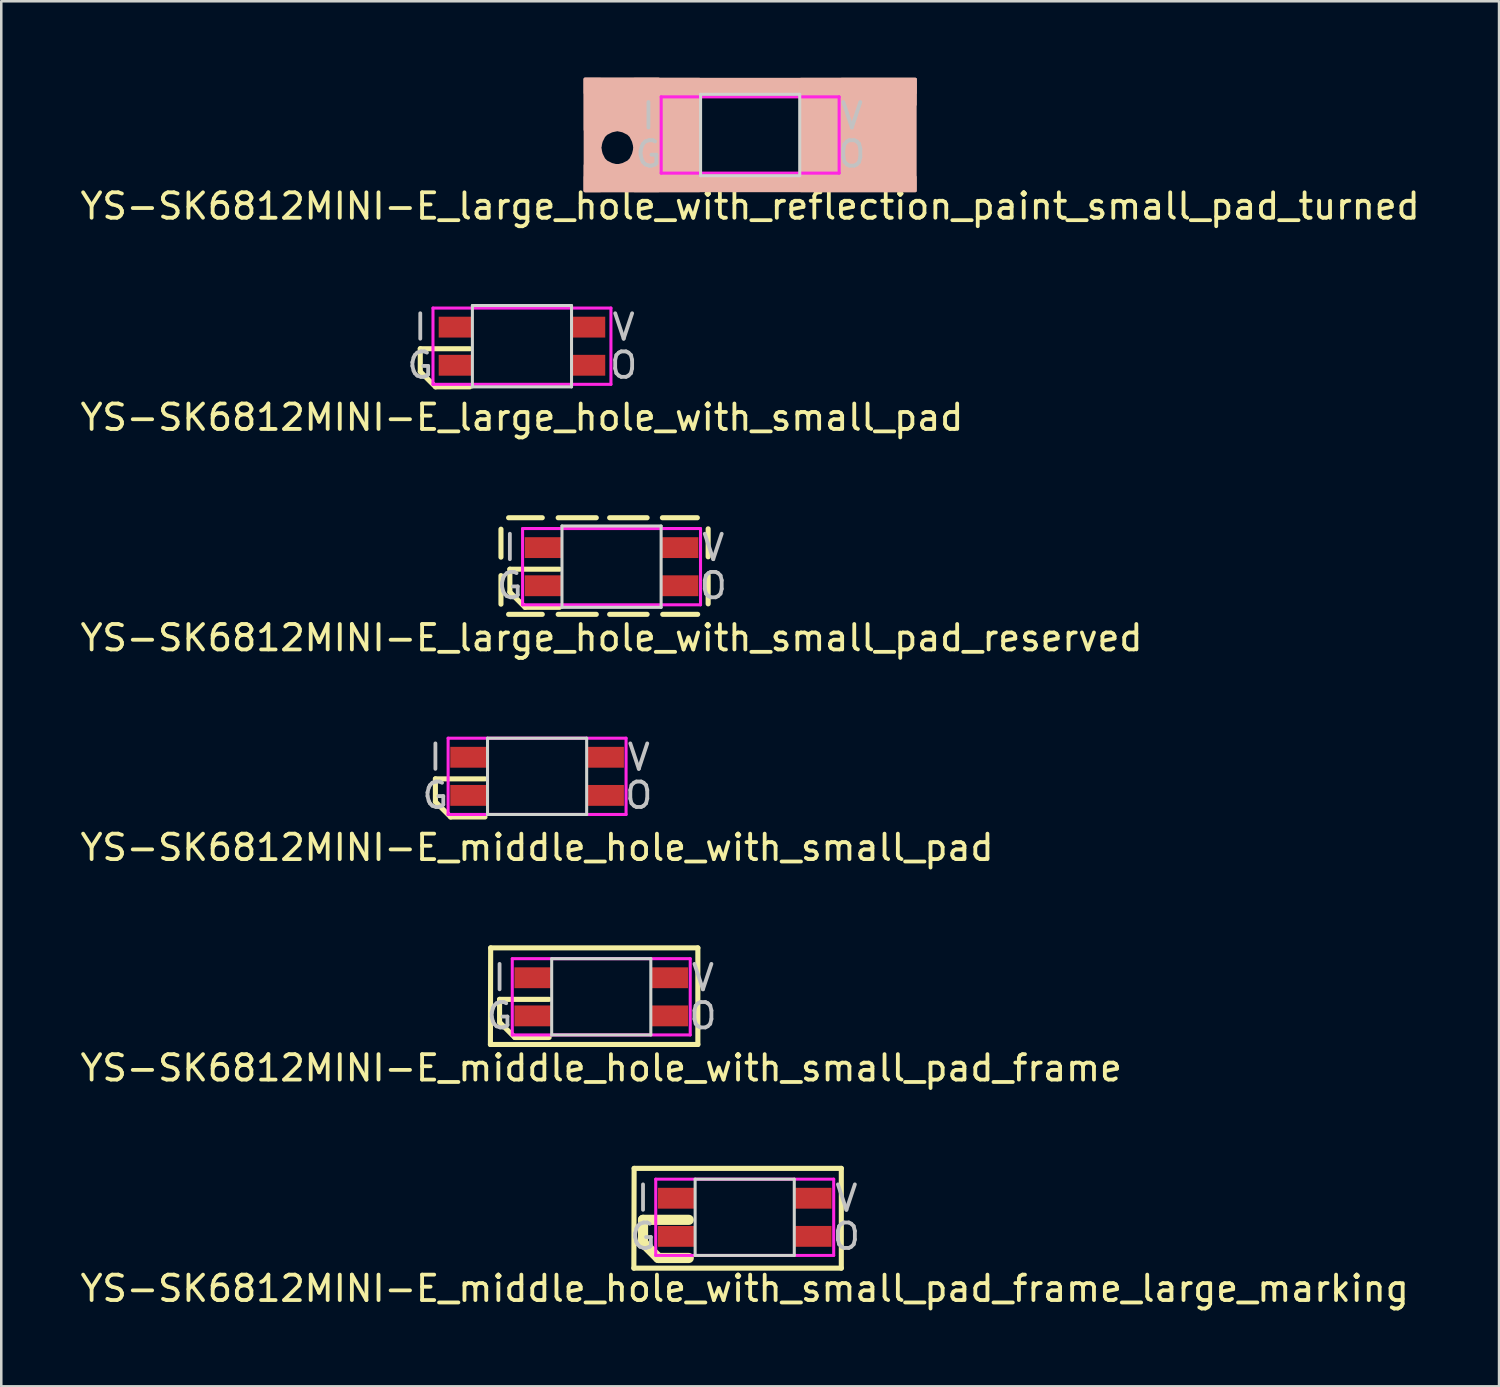
<source format=kicad_pcb>
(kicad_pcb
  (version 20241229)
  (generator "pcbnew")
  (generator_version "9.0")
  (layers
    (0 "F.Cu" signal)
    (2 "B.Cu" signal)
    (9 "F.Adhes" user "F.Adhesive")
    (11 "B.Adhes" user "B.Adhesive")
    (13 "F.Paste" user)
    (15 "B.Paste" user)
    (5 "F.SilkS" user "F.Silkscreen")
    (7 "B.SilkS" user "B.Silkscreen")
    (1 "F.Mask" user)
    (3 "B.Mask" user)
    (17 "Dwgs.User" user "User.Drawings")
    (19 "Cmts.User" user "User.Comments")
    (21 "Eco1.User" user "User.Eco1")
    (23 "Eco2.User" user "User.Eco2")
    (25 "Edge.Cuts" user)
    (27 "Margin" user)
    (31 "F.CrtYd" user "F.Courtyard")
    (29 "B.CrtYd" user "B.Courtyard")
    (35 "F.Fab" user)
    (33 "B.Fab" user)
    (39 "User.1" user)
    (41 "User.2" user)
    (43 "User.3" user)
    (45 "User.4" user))
  (footprint "YS-SK6812MINI-E_middle_hole_with_small_pad_frame"
    (layer "F.Cu")
    (at 20.601 36.161)
    (property "Reference" "YS-SK6812MINI-E_middle_hole_with_small_pad_frame" (at 0 2.8 0) (layer "F.SilkS") (effects (font (size 1 1) (thickness 0.15))))
    (attr through_hole)
    (fp_line (start -4.36 1.875) (end 3.8 1.875) (stroke (width 0.2) (type solid)) (layer "F.SilkS"))
    (fp_line (start -4.35 -1.925) (end -4.36 1.875) (stroke (width 0.2) (type solid)) (layer "F.SilkS"))
    (fp_line (start -4 0.1) (end -4 1) (stroke (width 0.2) (type solid)) (layer "F.SilkS"))
    (fp_line (start -4 1) (end -3.4 1.6) (stroke (width 0.2) (type solid)) (layer "F.SilkS"))
    (fp_line (start -3.4 1.6) (end -2.05 1.6) (stroke (width 0.2) (type solid)) (layer "F.SilkS"))
    (fp_line (start -2.05 0.1) (end -4 0.1) (stroke (width 0.2) (type solid)) (layer "F.SilkS"))
    (fp_line (start 3.8 -1.925) (end -4.35 -1.925) (stroke (width 0.2) (type solid)) (layer "F.SilkS"))
    (fp_line (start 3.8 1.875) (end 3.8 -1.925) (stroke (width 0.2) (type solid)) (layer "F.SilkS"))
    (fp_line (start -1.95 -1.5) (end -1.95 1.5) (stroke (width 0.12) (type solid)) (layer "Edge.Cuts"))
    (fp_line (start -1.95 1.5) (end 1.95 1.5) (stroke (width 0.12) (type solid)) (layer "Edge.Cuts"))
    (fp_line (start 1.95 -1.5) (end -1.95 -1.5) (stroke (width 0.12) (type solid)) (layer "Edge.Cuts"))
    (fp_line (start 1.95 1.5) (end 1.95 -1.5) (stroke (width 0.12) (type solid)) (layer "Edge.Cuts"))
    (fp_line (start -3.5 -1.5) (end -3.5 1.5) (stroke (width 0.12) (type solid)) (layer "F.CrtYd"))
    (fp_line (start -3.5 1.5) (end 3.5 1.5) (stroke (width 0.12) (type solid)) (layer "F.CrtYd"))
    (fp_line (start 3.5 -1.5) (end -3.5 -1.5) (stroke (width 0.12) (type solid)) (layer "F.CrtYd"))
    (fp_line (start 3.5 1.5) (end 3.5 -1.5) (stroke (width 0.12) (type solid)) (layer "F.CrtYd"))
    (fp_text user "I" (at -4 -0.75 0) (layer "Dwgs.User") (effects (font (size 1 1) (thickness 0.15))))
    (fp_text user "G" (at -4 0.75 0) (layer "Dwgs.User") (effects (font (size 1 1) (thickness 0.15))))
    (fp_text user "O" (at 4 0.75 0) (layer "Dwgs.User") (effects (font (size 1 1) (thickness 0.15))))
    (fp_text user "V" (at 4 -0.75 0) (layer "Dwgs.User") (effects (font (size 1 1) (thickness 0.15))))
    (pad "1" smd rect (at 2.7 -0.75) (size 1.431 0.82) (layers "F.Cu" "F.Mask" "F.Paste"))
    (pad "2" smd rect (at 2.7 0.75) (size 1.431 0.82) (layers "F.Cu" "F.Mask" "F.Paste"))
    (pad "3" smd rect (at -2.7 0.75) (size 1.431 0.82) (layers "F.Cu" "F.Mask" "F.Paste"))
    (pad "4" smd rect (at -2.7 -0.75) (size 1.431 0.82) (layers "F.Cu" "F.Mask" "F.Paste")))
  (footprint "YS-SK6812MINI-E_middle_hole_with_small_pad"
    (layer "F.Cu")
    (at 18.077 27.488)
    (property "Reference" "YS-SK6812MINI-E_middle_hole_with_small_pad" (at 0 2.8 0) (layer "F.SilkS") (effects (font (size 1 1) (thickness 0.15))))
    (attr through_hole)
    (fp_line (start -4 0.1) (end -4 1) (stroke (width 0.2) (type solid)) (layer "F.SilkS"))
    (fp_line (start -4 1) (end -3.4 1.6) (stroke (width 0.2) (type solid)) (layer "F.SilkS"))
    (fp_line (start -3.4 1.6) (end -2.05 1.6) (stroke (width 0.2) (type solid)) (layer "F.SilkS"))
    (fp_line (start -2.05 0.1) (end -4 0.1) (stroke (width 0.2) (type solid)) (layer "F.SilkS"))
    (fp_line (start -1.95 -1.5) (end -1.95 1.5) (stroke (width 0.12) (type solid)) (layer "Edge.Cuts"))
    (fp_line (start -1.95 1.5) (end 1.95 1.5) (stroke (width 0.12) (type solid)) (layer "Edge.Cuts"))
    (fp_line (start 1.95 -1.5) (end -1.95 -1.5) (stroke (width 0.12) (type solid)) (layer "Edge.Cuts"))
    (fp_line (start 1.95 1.5) (end 1.95 -1.5) (stroke (width 0.12) (type solid)) (layer "Edge.Cuts"))
    (fp_line (start -3.5 -1.5) (end -3.5 1.5) (stroke (width 0.12) (type solid)) (layer "F.CrtYd"))
    (fp_line (start -3.5 1.5) (end 3.5 1.5) (stroke (width 0.12) (type solid)) (layer "F.CrtYd"))
    (fp_line (start 3.5 -1.5) (end -3.5 -1.5) (stroke (width 0.12) (type solid)) (layer "F.CrtYd"))
    (fp_line (start 3.5 1.5) (end 3.5 -1.5) (stroke (width 0.12) (type solid)) (layer "F.CrtYd"))
    (fp_text user "I" (at -4 -0.75 0) (layer "Dwgs.User") (effects (font (size 1 1) (thickness 0.15))))
    (fp_text user "V" (at 4 -0.75 0) (layer "Dwgs.User") (effects (font (size 1 1) (thickness 0.15))))
    (fp_text user "O" (at 4 0.75 0) (layer "Dwgs.User") (effects (font (size 1 1) (thickness 0.15))))
    (fp_text user "G" (at -4 0.75 0) (layer "Dwgs.User") (effects (font (size 1 1) (thickness 0.15))))
    (pad "1" smd rect (at 2.7 -0.75) (size 1.431 0.82) (layers "F.Cu" "F.Mask" "F.Paste"))
    (pad "2" smd rect (at 2.7 0.75) (size 1.431 0.82) (layers "F.Cu" "F.Mask" "F.Paste"))
    (pad "3" smd rect (at -2.7 0.75) (size 1.431 0.82) (layers "F.Cu" "F.Mask" "F.Paste"))
    (pad "4" smd rect (at -2.7 -0.75) (size 1.431 0.82) (layers "F.Cu" "F.Mask" "F.Paste")))
  (footprint "YS-SK6812MINI-E_large_hole_with_small_pad_reserved"
    (layer "F.Cu")
    (at 21.006 19.241)
    (property "Reference" "YS-SK6812MINI-E_large_hole_with_small_pad_reserved" (at 0 2.8 0) (layer "F.SilkS") (effects (font (size 1 1) (thickness 0.15))))
    (attr through_hole)
    (fp_line (start -4.35 -1.475) (end -4.35 -0.375) (stroke (width 0.2) (type solid)) (layer "F.SilkS"))
    (fp_line (start -4.35 0.35) (end -4.35 1.475) (stroke (width 0.2) (type solid)) (layer "F.SilkS"))
    (fp_line (start -4.05 -1.925) (end -2.725 -1.925) (stroke (width 0.2) (type solid)) (layer "F.SilkS"))
    (fp_line (start -4.05 1.875) (end -2.725 1.875) (stroke (width 0.2) (type solid)) (layer "F.SilkS"))
    (fp_line (start -4 0.1) (end -4 1) (stroke (width 0.2) (type solid)) (layer "F.SilkS"))
    (fp_line (start -4 1) (end -3.4 1.6) (stroke (width 0.2) (type solid)) (layer "F.SilkS"))
    (fp_line (start -3.4 1.6) (end -2.05 1.6) (stroke (width 0.2) (type solid)) (layer "F.SilkS"))
    (fp_line (start -2.05 0.1) (end -4 0.1) (stroke (width 0.2) (type solid)) (layer "F.SilkS"))
    (fp_line (start -0.6 -1.925) (end -2.1 -1.925) (stroke (width 0.2) (type solid)) (layer "F.SilkS"))
    (fp_line (start -0.6 1.875) (end -2.1 1.875) (stroke (width 0.2) (type solid)) (layer "F.SilkS"))
    (fp_line (start 1.4 -1.925) (end -0.075 -1.925) (stroke (width 0.2) (type solid)) (layer "F.SilkS"))
    (fp_line (start 1.4 1.875) (end -0.075 1.875) (stroke (width 0.2) (type solid)) (layer "F.SilkS"))
    (fp_line (start 3.375 -1.925) (end 2 -1.925) (stroke (width 0.2) (type solid)) (layer "F.SilkS"))
    (fp_line (start 3.388 1.875) (end 2.013 1.875) (stroke (width 0.2) (type solid)) (layer "F.SilkS"))
    (fp_line (start 3.8 -1.488) (end 3.8 -0.388) (stroke (width 0.2) (type solid)) (layer "F.SilkS"))
    (fp_line (start 3.8 0.338) (end 3.8 1.462) (stroke (width 0.2) (type solid)) (layer "F.SilkS"))
    (fp_line (start -1.95 -1.6) (end -1.95 1.6) (stroke (width 0.12) (type solid)) (layer "Edge.Cuts"))
    (fp_line (start -1.95 1.6) (end 1.95 1.6) (stroke (width 0.12) (type solid)) (layer "Edge.Cuts"))
    (fp_line (start 1.95 -1.6) (end -1.95 -1.6) (stroke (width 0.12) (type solid)) (layer "Edge.Cuts"))
    (fp_line (start 1.95 1.6) (end 1.95 -1.6) (stroke (width 0.12) (type solid)) (layer "Edge.Cuts"))
    (fp_line (start -3.5 -1.5) (end -3.5 1.5) (stroke (width 0.12) (type solid)) (layer "F.CrtYd"))
    (fp_line (start -3.5 1.5) (end 3.5 1.5) (stroke (width 0.12) (type solid)) (layer "F.CrtYd"))
    (fp_line (start 3.5 -1.5) (end -3.5 -1.5) (stroke (width 0.12) (type solid)) (layer "F.CrtYd"))
    (fp_line (start 3.5 1.5) (end 3.5 -1.5) (stroke (width 0.12) (type solid)) (layer "F.CrtYd"))
    (fp_text user "I" (at -4 -0.75 0) (layer "Dwgs.User") (effects (font (size 1 1) (thickness 0.15))))
    (fp_text user "O" (at 4 0.75 0) (layer "Dwgs.User") (effects (font (size 1 1) (thickness 0.15))))
    (fp_text user "G" (at -4 0.75 0) (layer "Dwgs.User") (effects (font (size 1 1) (thickness 0.15))))
    (fp_text user "V" (at 4 -0.75 0) (layer "Dwgs.User") (effects (font (size 1 1) (thickness 0.15))))
    (pad "1" smd rect (at 2.7 -0.75) (size 1.431 0.82) (layers "F.Cu" "F.Mask" "F.Paste"))
    (pad "2" smd rect (at 2.7 0.75) (size 1.431 0.82) (layers "F.Cu" "F.Mask" "F.Paste"))
    (pad "3" smd rect (at -2.7 0.75) (size 1.431 0.82) (layers "F.Cu" "F.Mask" "F.Paste"))
    (pad "4" smd rect (at -2.7 -0.75) (size 1.431 0.82) (layers "F.Cu" "F.Mask" "F.Paste")))
  (footprint "YS-SK6812MINI-E_large_hole_with_reflection_paint_small_pad_turned"
    (layer "F.Cu")
    (at 26.458 2.26)
    (property "Reference" "YS-SK6812MINI-E_large_hole_with_reflection_paint_small_pad_turned" (at 0 2.8 0) (layer "F.SilkS") (effects (font (size 1 1) (thickness 0.15))))
    (attr through_hole)
    (fp_line (start -4 0.1) (end -4 1) (stroke (width 0.2) (type solid)) (layer "F.SilkS"))
    (fp_line (start -4 0.1) (end -4 1) (stroke (width 0.2) (type solid)) (layer "F.SilkS"))
    (fp_line (start -4 1) (end -3.4 1.6) (stroke (width 0.2) (type solid)) (layer "F.SilkS"))
    (fp_line (start -4 1) (end -3.4 1.6) (stroke (width 0.2) (type solid)) (layer "F.SilkS"))
    (fp_line (start -3.4 1.6) (end -2.05 1.6) (stroke (width 0.2) (type solid)) (layer "F.SilkS"))
    (fp_line (start -2.05 0.1) (end -4 0.1) (stroke (width 0.2) (type solid)) (layer "F.SilkS"))
    (fp_poly (pts (xy -5.9 2.2) (xy -6.5 2.2) (xy -6.5 -2.2) (xy -5.9 -2.2)) (stroke (width 0.1) (type solid)) (fill yes) (layer "B.SilkS"))
    (fp_poly (pts (xy -3.6 -0.2) (xy -6.5 -0.2) (xy -6.5 -2.21) (xy -3.6 -2.21)) (stroke (width 0.1) (type solid)) (fill yes) (layer "B.SilkS"))
    (fp_poly (pts (xy -3.6 2.2) (xy -6.5 2.2) (xy -6.5 1.19) (xy -3.6 1.19)) (stroke (width 0.1) (type solid)) (fill yes) (layer "B.SilkS"))
    (fp_poly (pts (xy -2 2.2) (xy -4.55 2.2) (xy -4.55 -2.2) (xy -2 -2.2)) (stroke (width 0.1) (type solid)) (fill yes) (layer "B.SilkS"))
    (fp_poly (pts (xy 6.5 -1.65) (xy -6.5 -1.65) (xy -6.5 -2.2) (xy 6.5 -2.2)) (stroke (width 0.1) (type solid)) (fill yes) (layer "B.SilkS"))
    (fp_poly (pts (xy 6.5 -1.19) (xy 3.6 -1.19) (xy 3.6 -2.2) (xy 6.5 -2.2)) (stroke (width 0.1) (type solid)) (fill yes) (layer "B.SilkS"))
    (fp_poly (pts (xy 6.5 2.2) (xy -6.5 2.2) (xy -6.5 1.65) (xy 6.5 1.65)) (stroke (width 0.1) (type solid)) (fill yes) (layer "B.SilkS"))
    (fp_poly (pts (xy 6.5 2.2) (xy 2 2.2) (xy 2 -2.2) (xy 6.5 -2.2)) (stroke (width 0.1) (type solid)) (fill yes) (layer "B.SilkS"))
    (fp_poly (pts (xy -5.85 0.75) (xy -5.75 0.95) (xy -5.65 1.05) (xy -5.45 1.15) (xy -5.25 1.2) (xy -5.9 1.2) (xy -5.9 0.55)) (stroke (width 0.1) (type solid)) (fill yes) (layer "B.SilkS"))
    (fp_poly (pts (xy -5.45 -0.15) (xy -5.65 -0.05) (xy -5.75 0.05) (xy -5.85 0.25) (xy -5.9 0.45) (xy -5.9 -0.2) (xy -5.25 -0.2)) (stroke (width 0.1) (type solid)) (fill yes) (layer "B.SilkS"))
    (fp_poly (pts (xy -5 1.15) (xy -4.8 1.05) (xy -4.7 0.95) (xy -4.6 0.75) (xy -4.55 0.55) (xy -4.55 1.2) (xy -5.2 1.2)) (stroke (width 0.1) (type solid)) (fill yes) (layer "B.SilkS"))
    (fp_poly (pts (xy -4.6 0.25) (xy -4.7 0.05) (xy -4.8 -0.05) (xy -5 -0.15) (xy -5.2 -0.2) (xy -4.55 -0.2) (xy -4.55 0.45)) (stroke (width 0.1) (type solid)) (fill yes) (layer "B.SilkS"))
    (fp_line (start -1.95 -1.6) (end -1.95 1.6) (stroke (width 0.12) (type solid)) (layer "Edge.Cuts"))
    (fp_line (start -1.95 1.6) (end 1.95 1.6) (stroke (width 0.12) (type solid)) (layer "Edge.Cuts"))
    (fp_line (start 1.95 -1.6) (end -1.95 -1.6) (stroke (width 0.12) (type solid)) (layer "Edge.Cuts"))
    (fp_line (start 1.95 1.6) (end 1.95 -1.6) (stroke (width 0.12) (type solid)) (layer "Edge.Cuts"))
    (fp_line (start -3.5 -1.5) (end -3.5 1.5) (stroke (width 0.12) (type solid)) (layer "F.CrtYd"))
    (fp_line (start -3.5 1.5) (end 3.5 1.5) (stroke (width 0.12) (type solid)) (layer "F.CrtYd"))
    (fp_line (start 3.5 -1.5) (end -3.5 -1.5) (stroke (width 0.12) (type solid)) (layer "F.CrtYd"))
    (fp_line (start 3.5 1.5) (end 3.5 -1.5) (stroke (width 0.12) (type solid)) (layer "F.CrtYd"))
    (fp_text user "O" (at 4 0.75 0) (layer "Dwgs.User") (effects (font (size 1 1) (thickness 0.15))))
    (fp_text user "I" (at -4 -0.75 0) (layer "Dwgs.User") (effects (font (size 1 1) (thickness 0.15))))
    (fp_text user "V" (at 4 -0.75 0) (layer "Dwgs.User") (effects (font (size 1 1) (thickness 0.15))))
    (fp_text user "G" (at -4 0.75 0) (layer "Dwgs.User") (effects (font (size 1 1) (thickness 0.15))))
    (pad "1" smd rect (at 2.638 -0.75) (size 1.275 0.82) (layers "F.Cu" "F.Mask" "F.Paste"))
    (pad "2" smd rect (at 2.638 0.75) (size 1.275 0.82) (layers "F.Cu" "F.Mask" "F.Paste"))
    (pad "3" smd rect (at -2.638 0.75) (size 1.275 0.82) (layers "F.Cu" "F.Mask" "F.Paste"))
    (pad "4" smd rect (at -2.638 -0.75) (size 1.275 0.82) (layers "F.Cu" "F.Mask" "F.Paste")))
  (footprint "YS-SK6812MINI-E_large_hole_with_small_pad"
    (layer "F.Cu")
    (at 17.482 10.568)
    (property "Reference" "YS-SK6812MINI-E_large_hole_with_small_pad" (at 0 2.8 0) (layer "F.SilkS") (effects (font (size 1 1) (thickness 0.15))))
    (attr through_hole)
    (fp_line (start -4 0.1) (end -4 1) (stroke (width 0.2) (type solid)) (layer "F.SilkS"))
    (fp_line (start -4 1) (end -3.4 1.6) (stroke (width 0.2) (type solid)) (layer "F.SilkS"))
    (fp_line (start -3.4 1.6) (end -2.05 1.6) (stroke (width 0.2) (type solid)) (layer "F.SilkS"))
    (fp_line (start -2.05 0.1) (end -4 0.1) (stroke (width 0.2) (type solid)) (layer "F.SilkS"))
    (fp_line (start -1.95 -1.6) (end -1.95 1.6) (stroke (width 0.12) (type solid)) (layer "Edge.Cuts"))
    (fp_line (start -1.95 1.6) (end 1.95 1.6) (stroke (width 0.12) (type solid)) (layer "Edge.Cuts"))
    (fp_line (start 1.95 -1.6) (end -1.95 -1.6) (stroke (width 0.12) (type solid)) (layer "Edge.Cuts"))
    (fp_line (start 1.95 1.6) (end 1.95 -1.6) (stroke (width 0.12) (type solid)) (layer "Edge.Cuts"))
    (fp_line (start -3.5 -1.5) (end -3.5 1.5) (stroke (width 0.12) (type solid)) (layer "F.CrtYd"))
    (fp_line (start -3.5 1.5) (end 3.5 1.5) (stroke (width 0.12) (type solid)) (layer "F.CrtYd"))
    (fp_line (start 3.5 -1.5) (end -3.5 -1.5) (stroke (width 0.12) (type solid)) (layer "F.CrtYd"))
    (fp_line (start 3.5 1.5) (end 3.5 -1.5) (stroke (width 0.12) (type solid)) (layer "F.CrtYd"))
    (fp_text user "I" (at -4 -0.75 0) (layer "Dwgs.User") (effects (font (size 1 1) (thickness 0.15))))
    (fp_text user "V" (at 4 -0.75 0) (layer "Dwgs.User") (effects (font (size 1 1) (thickness 0.15))))
    (fp_text user "G" (at -4 0.75 0) (layer "Dwgs.User") (effects (font (size 1 1) (thickness 0.15))))
    (fp_text user "O" (at 4 0.75 0) (layer "Dwgs.User") (effects (font (size 1 1) (thickness 0.15))))
    (pad "1" smd rect (at 2.638 -0.75) (size 1.275 0.82) (layers "F.Cu" "F.Mask" "F.Paste"))
    (pad "2" smd rect (at 2.638 0.75) (size 1.275 0.82) (layers "F.Cu" "F.Mask" "F.Paste"))
    (pad "3" smd rect (at -2.638 0.75) (size 1.275 0.82) (layers "F.Cu" "F.Mask" "F.Paste"))
    (pad "4" smd rect (at -2.638 -0.75) (size 1.275 0.82) (layers "F.Cu" "F.Mask" "F.Paste")))
  (footprint "YS-SK6812MINI-E_middle_hole_with_small_pad_frame_large_marking"
    (layer "F.Cu")
    (at 26.244 44.834)
    (property "Reference" "YS-SK6812MINI-E_middle_hole_with_small_pad_frame_large_marking" (at 0 2.8 0) (layer "F.SilkS") (effects (font (size 1 1) (thickness 0.15))))
    (attr through_hole)
    (fp_line (start -4.36 2) (end 3.8 2) (stroke (width 0.2) (type solid)) (layer "F.SilkS"))
    (fp_line (start -4.35 -1.925) (end -4.36 2) (stroke (width 0.2) (type solid)) (layer "F.SilkS"))
    (fp_line (start -4 0.1) (end -4 1) (stroke (width 0.4) (type solid)) (layer "F.SilkS"))
    (fp_line (start -4 1) (end -3.4 1.6) (stroke (width 0.4) (type solid)) (layer "F.SilkS"))
    (fp_line (start -3.4 1.6) (end -2.2 1.6) (stroke (width 0.4) (type solid)) (layer "F.SilkS"))
    (fp_line (start -2.2 0.1) (end -4 0.1) (stroke (width 0.4) (type solid)) (layer "F.SilkS"))
    (fp_line (start 3.8 -1.925) (end -4.35 -1.925) (stroke (width 0.2) (type solid)) (layer "F.SilkS"))
    (fp_line (start 3.8 2) (end 3.8 -1.925) (stroke (width 0.2) (type solid)) (layer "F.SilkS"))
    (fp_line (start -1.95 -1.5) (end -1.95 1.5) (stroke (width 0.12) (type solid)) (layer "Edge.Cuts"))
    (fp_line (start -1.95 1.5) (end 1.95 1.5) (stroke (width 0.12) (type solid)) (layer "Edge.Cuts"))
    (fp_line (start 1.95 -1.5) (end -1.95 -1.5) (stroke (width 0.12) (type solid)) (layer "Edge.Cuts"))
    (fp_line (start 1.95 1.5) (end 1.95 -1.5) (stroke (width 0.12) (type solid)) (layer "Edge.Cuts"))
    (fp_line (start -3.5 -1.5) (end -3.5 1.5) (stroke (width 0.12) (type solid)) (layer "F.CrtYd"))
    (fp_line (start -3.5 1.5) (end 3.5 1.5) (stroke (width 0.12) (type solid)) (layer "F.CrtYd"))
    (fp_line (start 3.5 -1.5) (end -3.5 -1.5) (stroke (width 0.12) (type solid)) (layer "F.CrtYd"))
    (fp_line (start 3.5 1.5) (end 3.5 -1.5) (stroke (width 0.12) (type solid)) (layer "F.CrtYd"))
    (fp_text user "G" (at -4 0.75 0) (layer "Dwgs.User") (effects (font (size 1 1) (thickness 0.15))))
    (fp_text user "O" (at 4 0.75 0) (layer "Dwgs.User") (effects (font (size 1 1) (thickness 0.15))))
    (fp_text user "V" (at 4 -0.75 0) (layer "Dwgs.User") (effects (font (size 1 1) (thickness 0.15))))
    (fp_text user "I" (at -4 -0.75 0) (layer "Dwgs.User") (effects (font (size 1 1) (thickness 0.15))))
    (pad "1" smd rect (at 2.7 -0.75) (size 1.431 0.82) (layers "F.Cu" "F.Mask" "F.Paste"))
    (pad "2" smd rect (at 2.7 0.75) (size 1.431 0.82) (layers "F.Cu" "F.Mask" "F.Paste"))
    (pad "3" smd rect (at -2.7 0.75) (size 1.431 0.82) (layers "F.Cu" "F.Mask" "F.Paste"))
    (pad "4" smd rect (at -2.7 -0.75) (size 1.431 0.82) (layers "F.Cu" "F.Mask" "F.Paste")))
  (gr_rect
    (start -3 -3)
    (end 55.917 51.483)
    (stroke (width 0.1) (type default))
    (fill no)
    (layer "Edge.Cuts")))
</source>
